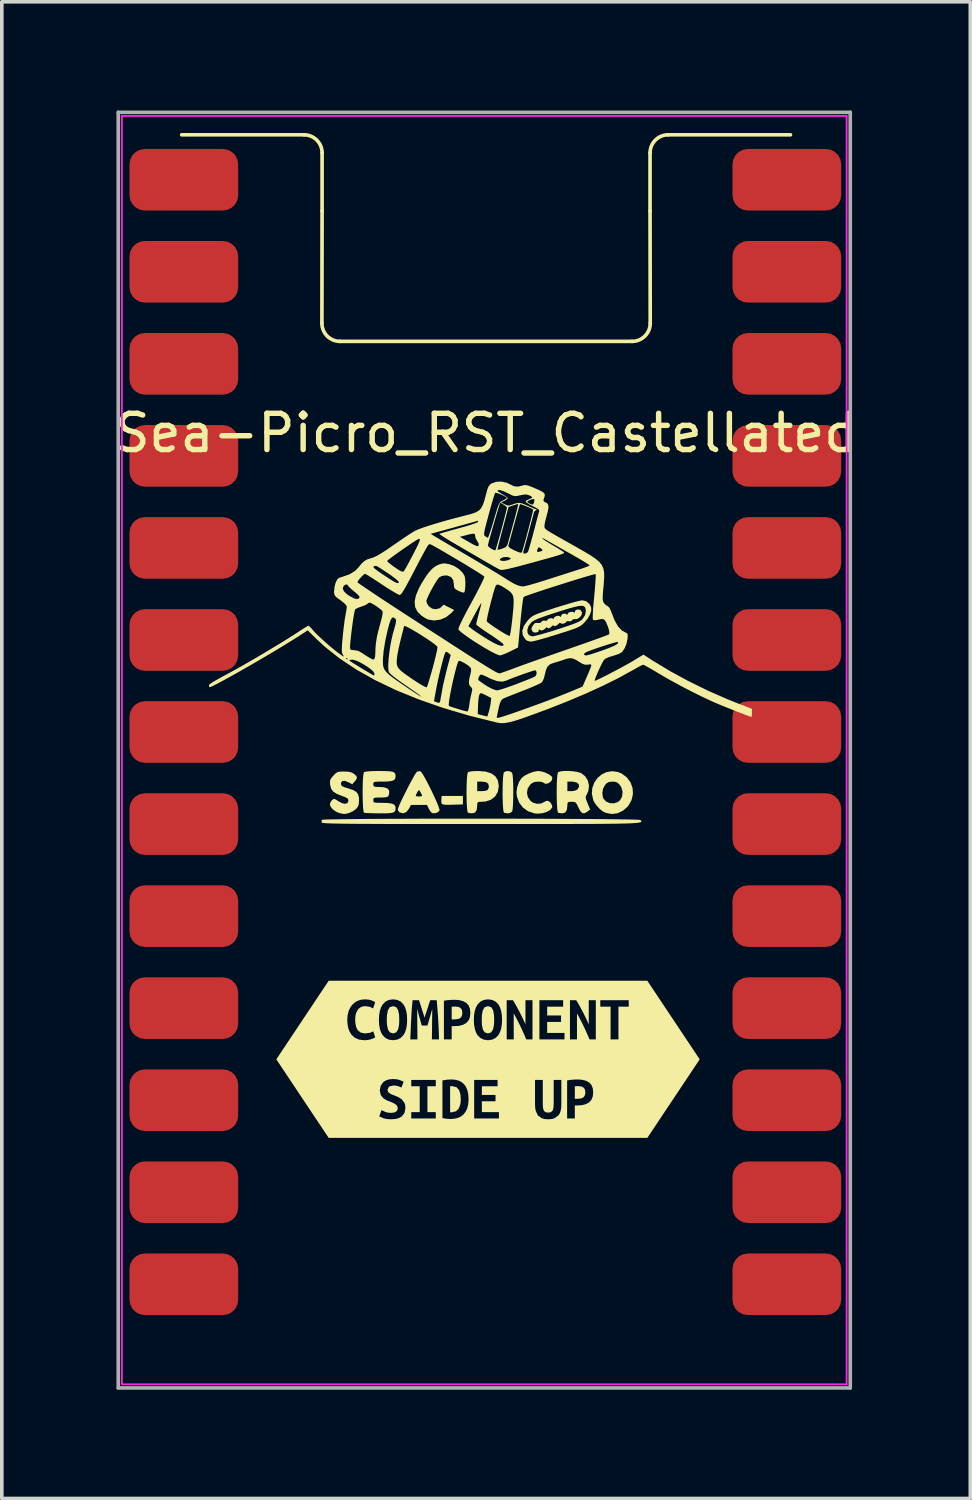
<source format=kicad_pcb>
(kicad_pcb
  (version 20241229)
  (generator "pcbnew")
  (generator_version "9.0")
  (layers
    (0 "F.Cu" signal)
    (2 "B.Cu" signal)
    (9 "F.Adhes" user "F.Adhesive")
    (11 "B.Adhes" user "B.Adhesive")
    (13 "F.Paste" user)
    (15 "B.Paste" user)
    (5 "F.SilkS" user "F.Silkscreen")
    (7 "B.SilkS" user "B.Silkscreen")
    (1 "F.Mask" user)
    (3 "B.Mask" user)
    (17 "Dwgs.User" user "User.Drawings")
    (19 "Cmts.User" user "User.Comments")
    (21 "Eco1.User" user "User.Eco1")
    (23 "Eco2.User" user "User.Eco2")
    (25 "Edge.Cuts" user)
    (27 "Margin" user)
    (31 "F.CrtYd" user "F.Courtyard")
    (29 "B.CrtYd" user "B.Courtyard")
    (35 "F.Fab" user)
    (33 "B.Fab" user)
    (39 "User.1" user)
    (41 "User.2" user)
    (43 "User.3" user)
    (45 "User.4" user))
  (footprint "Sea-Picro_RST_Castellated"
    (layer "F.Cu")
    (at 10.313 17.15)
    (property "Reference" "Sea-Picro_RST_Castellated" (at 0.05 -8.25 0) (unlocked yes) (layer "F.SilkS") (effects (font (size 1 1) (thickness 0.15))))
    (attr smd exclude_from_pos_files)
    (fp_line (start -4.975 -16.48) (end -8.35 -16.48) (stroke (width 0.1) (type solid)) (layer "F.SilkS"))
    (fp_line (start -4.475 -14.38) (end -4.48 -11.28) (stroke (width 0.1) (type solid)) (layer "F.SilkS"))
    (fp_line (start -4.475 -14.38) (end -4.475 -15.98) (stroke (width 0.1) (type solid)) (layer "F.SilkS"))
    (fp_line (start -3.98 -10.78) (end 4.08 -10.78) (stroke (width 0.1) (type solid)) (layer "F.SilkS"))
    (fp_line (start 4.575 -14.38) (end 4.575 -15.98) (stroke (width 0.1) (type solid)) (layer "F.SilkS"))
    (fp_line (start 4.575 -14.38) (end 4.58 -11.28) (stroke (width 0.1) (type solid)) (layer "F.SilkS"))
    (fp_line (start 5.075 -16.48) (end 8.45 -16.48) (stroke (width 0.1) (type solid)) (layer "F.SilkS"))
    (fp_arc (start -4.97451 -16.48) (mid -4.620957 -16.333553) (end -4.47451 -15.98) (stroke (width 0.1) (type solid)) (layer "F.SilkS"))
    (fp_arc (start -3.98 -10.77951) (mid -4.333553 -10.925957) (end -4.48 -11.27951) (stroke (width 0.1) (type solid)) (layer "F.SilkS"))
    (fp_arc (start 4.57549 -15.98) (mid 4.721931 -16.333559) (end 5.07549 -16.48) (stroke (width 0.1) (type solid)) (layer "F.SilkS"))
    (fp_arc (start 4.58 -11.27951) (mid 4.433553 -10.925957) (end 4.08 -10.77951) (stroke (width 0.1) (type solid)) (layer "F.SilkS"))
    (fp_poly (pts (xy -0.589 1.998) (xy -0.874 2.006) (xy -1.012 2.009) (xy -1.101 2.005) (xy -1.152 1.995) (xy -1.175 1.976) (xy -1.177 1.972) (xy -1.186 1.913) (xy -1.183 1.847) (xy -1.174 1.764) (xy -0.589 1.764)) (stroke (width 0) (type solid)) (fill yes) (layer "F.SilkS"))
    (fp_poly (pts (xy -0.792 7.576) (xy -0.845 7.577) (xy -0.899 7.581) (xy -0.899 7.93) (xy -0.811 7.93) (xy -0.721 7.92) (xy -0.656 7.889) (xy -0.617 7.834) (xy -0.604 7.749) (xy -0.616 7.668) (xy -0.655 7.615) (xy -0.715 7.586) (xy -0.792 7.576)) (stroke (width 0) (type solid)) (fill yes) (layer "F.SilkS"))
    (fp_poly (pts (xy 2.604 9.772) (xy 2.551 9.773) (xy 2.499 9.777) (xy 2.499 10.121) (xy 2.585 10.121) (xy 2.674 10.111) (xy 2.738 10.081) (xy 2.777 10.026) (xy 2.79 9.942) (xy 2.777 9.863) (xy 2.739 9.811) (xy 2.68 9.782) (xy 2.604 9.772)) (stroke (width 0) (type solid)) (fill yes) (layer "F.SilkS"))
    (fp_poly (pts (xy -0.942 10.493) (xy -0.923 10.495) (xy -0.904 10.495) (xy -0.783 10.467) (xy -0.704 10.391) (xy -0.661 10.277) (xy -0.651 10.208) (xy -0.648 10.132) (xy -0.658 9.997) (xy -0.694 9.882) (xy -0.765 9.802) (xy -0.88 9.772) (xy -0.911 9.773) (xy -0.942 9.777) (xy -0.942 10.493)) (stroke (width 0) (type solid)) (fill yes) (layer "F.SilkS"))
    (fp_poly (pts (xy -2.689 7.941) (xy -2.687 8.017) (xy -2.682 8.088) (xy -2.658 8.208) (xy -2.606 8.288) (xy -2.517 8.318) (xy -2.429 8.288) (xy -2.377 8.207) (xy -2.352 8.088) (xy -2.348 8.017) (xy -2.346 7.941) (xy -2.348 7.865) (xy -2.352 7.793) (xy -2.377 7.674) (xy -2.428 7.593) (xy -2.517 7.564) (xy -2.606 7.593) (xy -2.658 7.675) (xy -2.682 7.794) (xy -2.687 7.865) (xy -2.689 7.941)) (stroke (width 0) (type solid)) (fill yes) (layer "F.SilkS"))
    (fp_poly (pts (xy -0.069 7.941) (xy -0.068 8.017) (xy -0.063 8.088) (xy -0.039 8.208) (xy 0.013 8.288) (xy 0.102 8.318) (xy 0.19 8.288) (xy 0.243 8.207) (xy 0.267 8.088) (xy 0.272 8.017) (xy 0.273 7.941) (xy 0.272 7.865) (xy 0.267 7.793) (xy 0.243 7.674) (xy 0.191 7.593) (xy 0.102 7.564) (xy 0.013 7.593) (xy -0.039 7.675) (xy -0.063 7.794) (xy -0.068 7.865) (xy -0.069 7.941)) (stroke (width 0) (type solid)) (fill yes) (layer "F.SilkS"))
    (fp_poly (pts (xy 0.688 1.08) (xy 0.754 1.111) (xy 0.771 1.133) (xy 0.782 1.182) (xy 0.791 1.28) (xy 0.798 1.415) (xy 0.801 1.578) (xy 0.801 1.661) (xy 0.8 1.834) (xy 0.794 1.984) (xy 0.786 2.101) (xy 0.776 2.174) (xy 0.771 2.19) (xy 0.719 2.232) (xy 0.637 2.245) (xy 0.546 2.227) (xy 0.545 2.227) (xy 0.532 2.194) (xy 0.521 2.113) (xy 0.513 1.997) (xy 0.508 1.855) (xy 0.506 1.701) (xy 0.507 1.543) (xy 0.511 1.395) (xy 0.518 1.267) (xy 0.528 1.171) (xy 0.54 1.117) (xy 0.544 1.111) (xy 0.609 1.08)) (stroke (width 0) (type solid)) (fill yes) (layer "F.SilkS"))
    (fp_poly (pts (xy 1.589 1.09) (xy 1.694 1.124) (xy 1.789 1.171) (xy 1.857 1.223) (xy 1.879 1.261) (xy 1.868 1.325) (xy 1.822 1.381) (xy 1.757 1.419) (xy 1.691 1.43) (xy 1.64 1.405) (xy 1.635 1.398) (xy 1.598 1.38) (xy 1.523 1.37) (xy 1.485 1.369) (xy 1.386 1.378) (xy 1.314 1.413) (xy 1.267 1.454) (xy 1.199 1.56) (xy 1.178 1.679) (xy 1.204 1.797) (xy 1.274 1.898) (xy 1.348 1.951) (xy 1.453 1.98) (xy 1.562 1.974) (xy 1.637 1.94) (xy 1.702 1.906) (xy 1.744 1.896) (xy 1.798 1.92) (xy 1.847 1.977) (xy 1.876 2.044) (xy 1.874 2.084) (xy 1.82 2.151) (xy 1.724 2.205) (xy 1.603 2.241) (xy 1.471 2.253) (xy 1.387 2.246) (xy 1.212 2.188) (xy 1.068 2.086) (xy 0.962 1.947) (xy 0.901 1.782) (xy 0.889 1.661) (xy 0.909 1.52) (xy 0.96 1.379) (xy 1.029 1.271) (xy 1.109 1.207) (xy 1.225 1.147) (xy 1.351 1.101) (xy 1.467 1.078) (xy 1.49 1.076)) (stroke (width 0) (type solid)) (fill yes) (layer "F.SilkS"))
    (fp_poly (pts (xy 3.689 1.103) (xy 3.789 1.144) (xy 3.934 1.251) (xy 4.036 1.389) (xy 4.093 1.547) (xy 4.103 1.714) (xy 4.064 1.881) (xy 3.975 2.036) (xy 3.954 2.061) (xy 3.825 2.173) (xy 3.68 2.242) (xy 3.531 2.262) (xy 3.479 2.256) (xy 3.401 2.24) (xy 3.354 2.23) (xy 3.27 2.19) (xy 3.176 2.113) (xy 3.088 2.015) (xy 3.022 1.911) (xy 3.008 1.879) (xy 2.97 1.709) (xy 2.971 1.69) (xy 3.258 1.69) (xy 3.276 1.809) (xy 3.289 1.838) (xy 3.363 1.919) (xy 3.465 1.963) (xy 3.578 1.968) (xy 3.685 1.933) (xy 3.75 1.88) (xy 3.805 1.775) (xy 3.817 1.651) (xy 3.784 1.529) (xy 3.74 1.459) (xy 3.677 1.398) (xy 3.609 1.373) (xy 3.537 1.369) (xy 3.446 1.377) (xy 3.382 1.41) (xy 3.335 1.459) (xy 3.278 1.565) (xy 3.258 1.69) (xy 2.971 1.69) (xy 2.981 1.547) (xy 3.035 1.398) (xy 3.123 1.271) (xy 3.24 1.171) (xy 3.378 1.105) (xy 3.53 1.081)) (stroke (width 0) (type solid)) (fill yes) (layer "F.SilkS"))
    (fp_poly (pts (xy 0.036 1.092) (xy 0.196 1.142) (xy 0.31 1.225) (xy 0.378 1.342) (xy 0.401 1.495) (xy 0.401 1.501) (xy 0.375 1.652) (xy 0.301 1.776) (xy 0.187 1.867) (xy 0.038 1.917) (xy -0.061 1.925) (xy -0.142 1.927) (xy -0.181 1.941) (xy -0.193 1.981) (xy -0.194 2.029) (xy -0.208 2.15) (xy -0.253 2.221) (xy -0.328 2.244) (xy -0.334 2.244) (xy -0.407 2.237) (xy -0.45 2.227) (xy -0.463 2.194) (xy -0.474 2.113) (xy -0.482 1.997) (xy -0.487 1.855) (xy -0.489 1.701) (xy -0.488 1.632) (xy -0.194 1.632) (xy -0.068 1.632) (xy 0.019 1.624) (xy 0.082 1.605) (xy 0.093 1.597) (xy 0.123 1.54) (xy 0.128 1.501) (xy 0.109 1.426) (xy 0.047 1.383) (xy -0.062 1.369) (xy -0.068 1.369) (xy -0.194 1.369) (xy -0.194 1.632) (xy -0.488 1.632) (xy -0.488 1.543) (xy -0.484 1.395) (xy -0.477 1.267) (xy -0.467 1.171) (xy -0.455 1.117) (xy -0.451 1.111) (xy -0.401 1.092) (xy -0.303 1.08) (xy -0.172 1.076)) (stroke (width 0) (type solid)) (fill yes) (layer "F.SilkS"))
    (fp_poly (pts (xy -1.752 1.092) (xy -1.719 1.129) (xy -1.67 1.21) (xy -1.607 1.322) (xy -1.537 1.457) (xy -1.464 1.603) (xy -1.394 1.751) (xy -1.33 1.891) (xy -1.279 2.012) (xy -1.245 2.105) (xy -1.233 2.158) (xy -1.234 2.163) (xy -1.276 2.212) (xy -1.349 2.241) (xy -1.426 2.24) (xy -1.437 2.236) (xy -1.478 2.2) (xy -1.522 2.133) (xy -1.53 2.116) (xy -1.58 2.013) (xy -2.022 2.013) (xy -2.081 2.122) (xy -2.151 2.209) (xy -2.235 2.243) (xy -2.328 2.221) (xy -2.337 2.216) (xy -2.379 2.168) (xy -2.386 2.136) (xy -2.372 2.088) (xy -2.336 2) (xy -2.282 1.883) (xy -2.225 1.765) (xy -1.891 1.765) (xy -1.865 1.775) (xy -1.804 1.779) (xy -1.803 1.779) (xy -1.741 1.775) (xy -1.715 1.765) (xy -1.715 1.765) (xy -1.728 1.723) (xy -1.756 1.665) (xy -1.786 1.618) (xy -1.803 1.603) (xy -1.826 1.626) (xy -1.857 1.678) (xy -1.883 1.734) (xy -1.891 1.765) (xy -2.225 1.765) (xy -2.215 1.746) (xy -2.142 1.6) (xy -2.068 1.455) (xy -1.996 1.322) (xy -1.934 1.21) (xy -1.885 1.13) (xy -1.855 1.093) (xy -1.854 1.092) (xy -1.784 1.079)) (stroke (width 0) (type solid)) (fill yes) (layer "F.SilkS"))
    (fp_poly (pts (xy 2.437 1.082) (xy 2.557 1.099) (xy 2.653 1.125) (xy 2.675 1.135) (xy 2.786 1.222) (xy 2.859 1.342) (xy 2.89 1.48) (xy 2.874 1.621) (xy 2.836 1.711) (xy 2.808 1.763) (xy 2.799 1.806) (xy 2.81 1.86) (xy 2.843 1.945) (xy 2.852 1.968) (xy 2.922 2.136) (xy 2.853 2.191) (xy 2.775 2.24) (xy 2.712 2.241) (xy 2.656 2.191) (xy 2.6 2.086) (xy 2.558 1.996) (xy 2.524 1.948) (xy 2.483 1.929) (xy 2.42 1.925) (xy 2.411 1.925) (xy 2.336 1.928) (xy 2.303 1.947) (xy 2.294 1.997) (xy 2.294 2.029) (xy 2.279 2.15) (xy 2.234 2.221) (xy 2.159 2.244) (xy 2.154 2.244) (xy 2.081 2.237) (xy 2.038 2.227) (xy 2.024 2.194) (xy 2.014 2.113) (xy 2.006 1.997) (xy 2.001 1.855) (xy 1.999 1.701) (xy 1.999 1.632) (xy 2.294 1.632) (xy 2.409 1.632) (xy 2.499 1.62) (xy 2.565 1.59) (xy 2.57 1.586) (xy 2.616 1.512) (xy 2.61 1.447) (xy 2.556 1.397) (xy 2.461 1.371) (xy 2.42 1.369) (xy 2.294 1.369) (xy 2.294 1.632) (xy 1.999 1.632) (xy 2 1.543) (xy 2.003 1.395) (xy 2.01 1.267) (xy 2.02 1.171) (xy 2.033 1.117) (xy 2.036 1.111) (xy 2.091 1.088) (xy 2.187 1.076) (xy 2.308 1.074)) (stroke (width 0) (type solid)) (fill yes) (layer "F.SilkS"))
    (fp_poly (pts (xy -0.993 -4.638) (xy -0.972 -4.633) (xy -0.827 -4.58) (xy -0.694 -4.494) (xy -0.591 -4.388) (xy -0.545 -4.309) (xy -0.529 -4.239) (xy -0.521 -4.14) (xy -0.522 -4.032) (xy -0.53 -3.934) (xy -0.545 -3.866) (xy -0.554 -3.85) (xy -0.59 -3.849) (xy -0.659 -3.872) (xy -0.706 -3.893) (xy -0.785 -3.935) (xy -0.824 -3.973) (xy -0.836 -4.028) (xy -0.837 -4.07) (xy -0.858 -4.195) (xy -0.919 -4.278) (xy -1.018 -4.318) (xy -1.066 -4.321) (xy -1.17 -4.306) (xy -1.24 -4.27) (xy -1.284 -4.218) (xy -1.342 -4.129) (xy -1.407 -4.018) (xy -1.473 -3.899) (xy -1.531 -3.784) (xy -1.575 -3.687) (xy -1.597 -3.623) (xy -1.598 -3.613) (xy -1.58 -3.549) (xy -1.535 -3.477) (xy -1.529 -3.47) (xy -1.44 -3.406) (xy -1.334 -3.387) (xy -1.232 -3.415) (xy -1.183 -3.452) (xy -1.121 -3.514) (xy -0.831 -3.367) (xy -0.914 -3.279) (xy -1.053 -3.169) (xy -1.214 -3.101) (xy -1.383 -3.077) (xy -1.545 -3.103) (xy -1.568 -3.112) (xy -1.639 -3.149) (xy -1.722 -3.203) (xy -1.736 -3.214) (xy -1.846 -3.324) (xy -1.908 -3.45) (xy -1.921 -3.598) (xy -1.886 -3.769) (xy -1.802 -3.968) (xy -1.745 -4.074) (xy -1.629 -4.264) (xy -1.528 -4.407) (xy -1.432 -4.51) (xy -1.337 -4.581) (xy -1.259 -4.618) (xy -1.169 -4.647) (xy -1.09 -4.653)) (stroke (width 0) (type solid)) (fill yes) (layer "F.SilkS"))
    (fp_poly (pts (xy -3.747 1.096) (xy -3.663 1.116) (xy -3.599 1.151) (xy -3.531 1.211) (xy -3.512 1.262) (xy -3.54 1.321) (xy -3.57 1.358) (xy -3.642 1.442) (xy -3.743 1.388) (xy -3.845 1.348) (xy -3.915 1.351) (xy -3.951 1.397) (xy -3.954 1.426) (xy -3.947 1.466) (xy -3.919 1.496) (xy -3.857 1.524) (xy -3.764 1.552) (xy -3.624 1.6) (xy -3.533 1.651) (xy -3.482 1.717) (xy -3.459 1.807) (xy -3.456 1.881) (xy -3.461 1.982) (xy -3.481 2.049) (xy -3.525 2.108) (xy -3.544 2.128) (xy -3.623 2.185) (xy -3.725 2.232) (xy -3.825 2.259) (xy -3.895 2.259) (xy -3.944 2.248) (xy -4.003 2.235) (xy -4.091 2.198) (xy -4.175 2.137) (xy -4.237 2.065) (xy -4.261 2) (xy -4.24 1.93) (xy -4.203 1.881) (xy -4.165 1.852) (xy -4.13 1.848) (xy -4.08 1.874) (xy -4.03 1.908) (xy -3.928 1.963) (xy -3.84 1.981) (xy -3.778 1.963) (xy -3.75 1.909) (xy -3.749 1.897) (xy -3.756 1.855) (xy -3.786 1.823) (xy -3.851 1.792) (xy -3.935 1.761) (xy -4.076 1.704) (xy -4.169 1.643) (xy -4.224 1.568) (xy -4.25 1.469) (xy -4.253 1.449) (xy -4.258 1.365) (xy -4.243 1.305) (xy -4.198 1.242) (xy -4.164 1.204) (xy -4.105 1.143) (xy -4.054 1.109) (xy -3.992 1.094) (xy -3.897 1.091) (xy -3.87 1.091)) (stroke (width 0) (type solid)) (fill yes) (layer "F.SilkS"))
    (fp_poly (pts (xy -2.728 1.078) (xy -2.605 1.084) (xy -2.524 1.098) (xy -2.477 1.122) (xy -2.454 1.16) (xy -2.447 1.214) (xy -2.447 1.227) (xy -2.458 1.288) (xy -2.495 1.329) (xy -2.569 1.354) (xy -2.685 1.366) (xy -2.811 1.369) (xy -2.932 1.369) (xy -3.006 1.374) (xy -3.044 1.385) (xy -3.059 1.406) (xy -3.061 1.441) (xy -3.061 1.442) (xy -3.056 1.486) (xy -3.032 1.507) (xy -2.973 1.515) (xy -2.917 1.515) (xy -2.769 1.525) (xy -2.673 1.557) (xy -2.627 1.61) (xy -2.622 1.644) (xy -2.628 1.725) (xy -2.651 1.774) (xy -2.704 1.799) (xy -2.799 1.807) (xy -2.86 1.808) (xy -2.966 1.809) (xy -3.026 1.815) (xy -3.053 1.832) (xy -3.061 1.863) (xy -3.061 1.881) (xy -3.059 1.917) (xy -3.043 1.939) (xy -3.003 1.95) (xy -2.925 1.954) (xy -2.829 1.954) (xy -2.667 1.959) (xy -2.555 1.974) (xy -2.486 2.003) (xy -2.453 2.049) (xy -2.447 2.094) (xy -2.451 2.152) (xy -2.47 2.193) (xy -2.511 2.221) (xy -2.584 2.236) (xy -2.696 2.243) (xy -2.857 2.245) (xy -2.899 2.244) (xy -3.045 2.242) (xy -3.171 2.239) (xy -3.265 2.234) (xy -3.314 2.228) (xy -3.317 2.227) (xy -3.331 2.194) (xy -3.342 2.113) (xy -3.349 1.997) (xy -3.354 1.855) (xy -3.356 1.701) (xy -3.355 1.543) (xy -3.352 1.395) (xy -3.345 1.267) (xy -3.335 1.171) (xy -3.322 1.117) (xy -3.319 1.111) (xy -3.272 1.094) (xy -3.171 1.083) (xy -3.015 1.077) (xy -2.9 1.076)) (stroke (width 0) (type solid)) (fill yes) (layer "F.SilkS"))
    (fp_poly (pts (xy -0.058 2.391) (xy 0.381 2.391) (xy 0.816 2.392) (xy 1.242 2.393) (xy 1.657 2.394) (xy 2.056 2.396) (xy 2.435 2.398) (xy 2.79 2.4) (xy 3.118 2.402) (xy 3.414 2.405) (xy 3.674 2.408) (xy 3.895 2.412) (xy 4.073 2.415) (xy 4.203 2.419) (xy 4.282 2.424) (xy 4.306 2.427) (xy 4.321 2.442) (xy 4.332 2.456) (xy 4.337 2.468) (xy 4.332 2.479) (xy 4.316 2.489) (xy 4.286 2.497) (xy 4.238 2.505) (xy 4.171 2.512) (xy 4.082 2.517) (xy 3.968 2.522) (xy 3.826 2.526) (xy 3.654 2.53) (xy 3.45 2.532) (xy 3.209 2.535) (xy 2.931 2.536) (xy 2.611 2.537) (xy 2.248 2.538) (xy 1.839 2.539) (xy 1.381 2.539) (xy 0.872 2.539) (xy 0.309 2.539) (xy -0.096 2.539) (xy -0.694 2.539) (xy -1.236 2.539) (xy -1.725 2.539) (xy -2.164 2.538) (xy -2.555 2.538) (xy -2.9 2.537) (xy -3.203 2.535) (xy -3.466 2.534) (xy -3.691 2.532) (xy -3.882 2.53) (xy -4.041 2.527) (xy -4.171 2.525) (xy -4.274 2.521) (xy -4.354 2.518) (xy -4.411 2.513) (xy -4.451 2.509) (xy -4.474 2.504) (xy -4.484 2.498) (xy -4.484 2.497) (xy -4.488 2.441) (xy -4.481 2.424) (xy -4.45 2.419) (xy -4.364 2.415) (xy -4.227 2.411) (xy -4.043 2.408) (xy -3.817 2.405) (xy -3.552 2.402) (xy -3.251 2.399) (xy -2.92 2.397) (xy -2.561 2.395) (xy -2.179 2.394) (xy -1.778 2.392) (xy -1.362 2.392) (xy -0.934 2.391) (xy -0.498 2.391)) (stroke (width 0) (type solid)) (fill yes) (layer "F.SilkS"))
    (fp_poly (pts (xy 2.638 -3.374) (xy 2.663 -3.357) (xy 2.7 -3.294) (xy 2.683 -3.224) (xy 2.641 -3.17) (xy 2.564 -3.118) (xy 2.511 -3.116) (xy 2.448 -3.11) (xy 2.427 -3.086) (xy 2.386 -3.055) (xy 2.337 -3.057) (xy 2.283 -3.059) (xy 2.265 -3.045) (xy 2.24 -3.012) (xy 2.187 -2.991) (xy 2.133 -2.989) (xy 2.112 -3.002) (xy 2.083 -3.014) (xy 2.054 -2.988) (xy 2.004 -2.944) (xy 1.953 -2.921) (xy 1.918 -2.925) (xy 1.913 -2.939) (xy 1.9 -2.949) (xy 1.877 -2.928) (xy 1.827 -2.883) (xy 1.775 -2.862) (xy 1.741 -2.869) (xy 1.737 -2.882) (xy 1.724 -2.896) (xy 1.7 -2.872) (xy 1.641 -2.821) (xy 1.578 -2.801) (xy 1.532 -2.817) (xy 1.528 -2.822) (xy 1.509 -2.839) (xy 1.504 -2.808) (xy 1.491 -2.765) (xy 1.477 -2.757) (xy 1.426 -2.748) (xy 1.411 -2.744) (xy 1.361 -2.751) (xy 1.335 -2.772) (xy 1.303 -2.826) (xy 1.311 -2.884) (xy 1.348 -2.951) (xy 1.397 -3.004) (xy 1.458 -3.013) (xy 1.477 -3.01) (xy 1.545 -3.01) (xy 1.575 -3.04) (xy 1.615 -3.073) (xy 1.665 -3.072) (xy 1.719 -3.07) (xy 1.738 -3.084) (xy 1.762 -3.117) (xy 1.816 -3.138) (xy 1.87 -3.14) (xy 1.891 -3.127) (xy 1.91 -3.112) (xy 1.913 -3.131) (xy 1.938 -3.171) (xy 1.993 -3.2) (xy 2.054 -3.209) (xy 2.093 -3.19) (xy 2.113 -3.171) (xy 2.118 -3.2) (xy 2.142 -3.243) (xy 2.195 -3.267) (xy 2.25 -3.263) (xy 2.27 -3.246) (xy 2.29 -3.227) (xy 2.293 -3.248) (xy 2.319 -3.289) (xy 2.375 -3.315) (xy 2.436 -3.318) (xy 2.462 -3.306) (xy 2.493 -3.295) (xy 2.499 -3.321) (xy 2.522 -3.363) (xy 2.577 -3.383)) (stroke (width 0) (type solid)) (fill yes) (layer "F.SilkS"))
    (fp_poly (pts (xy 2.816 -3.608) (xy 2.903 -3.533) (xy 2.948 -3.449) (xy 2.953 -3.357) (xy 2.918 -3.244) (xy 2.85 -3.124) (xy 2.763 -3.021) (xy 2.717 -2.977) (xy 2.673 -2.941) (xy 2.621 -2.909) (xy 2.553 -2.876) (xy 2.461 -2.841) (xy 2.337 -2.798) (xy 2.172 -2.745) (xy 2.001 -2.691) (xy 1.814 -2.633) (xy 1.641 -2.582) (xy 1.491 -2.54) (xy 1.374 -2.51) (xy 1.299 -2.495) (xy 1.282 -2.493) (xy 1.182 -2.52) (xy 1.132 -2.56) (xy 1.062 -2.673) (xy 1.05 -2.796) (xy 1.061 -2.828) (xy 1.19 -2.828) (xy 1.193 -2.741) (xy 1.232 -2.675) (xy 1.305 -2.642) (xy 1.33 -2.64) (xy 1.385 -2.649) (xy 1.485 -2.674) (xy 1.621 -2.711) (xy 1.784 -2.759) (xy 1.964 -2.815) (xy 2.025 -2.834) (xy 2.237 -2.904) (xy 2.399 -2.959) (xy 2.52 -3.005) (xy 2.606 -3.043) (xy 2.665 -3.077) (xy 2.704 -3.109) (xy 2.707 -3.112) (xy 2.781 -3.224) (xy 2.804 -3.342) (xy 2.789 -3.421) (xy 2.769 -3.456) (xy 2.735 -3.477) (xy 2.682 -3.484) (xy 2.602 -3.476) (xy 2.491 -3.451) (xy 2.341 -3.41) (xy 2.147 -3.351) (xy 1.976 -3.296) (xy 1.76 -3.226) (xy 1.594 -3.168) (xy 1.471 -3.121) (xy 1.383 -3.081) (xy 1.324 -3.046) (xy 1.296 -3.022) (xy 1.224 -2.926) (xy 1.19 -2.828) (xy 1.061 -2.828) (xy 1.095 -2.931) (xy 1.198 -3.076) (xy 1.219 -3.099) (xy 1.259 -3.141) (xy 1.299 -3.175) (xy 1.348 -3.207) (xy 1.412 -3.239) (xy 1.501 -3.274) (xy 1.623 -3.317) (xy 1.784 -3.37) (xy 1.971 -3.431) (xy 2.159 -3.49) (xy 2.335 -3.542) (xy 2.488 -3.586) (xy 2.609 -3.617) (xy 2.688 -3.633) (xy 2.708 -3.635)) (stroke (width 0) (type solid)) (fill yes) (layer "F.SilkS"))
    (fp_poly (pts (xy -3.78 6.864) (xy -3.641 7.524) (xy -3.57 7.461) (xy -3.486 7.414) (xy -3.392 7.386) (xy -3.289 7.377) (xy -3.185 7.386) (xy -3.104 7.408) (xy -3.046 7.434) (xy -3.01 7.455) (xy -3.066 7.627) (xy -3.163 7.582) (xy -3.293 7.564) (xy -3.391 7.582) (xy -3.477 7.643) (xy -3.538 7.757) (xy -3.556 7.838) (xy -3.562 7.936) (xy -3.555 8.049) (xy -3.533 8.144) (xy -2.907 7.941) (xy -2.9 7.81) (xy -2.881 7.696) (xy -2.849 7.599) (xy -2.804 7.519) (xy -2.726 7.44) (xy -2.631 7.393) (xy -2.517 7.377) (xy -2.401 7.393) (xy -2.304 7.44) (xy -2.228 7.519) (xy -2.184 7.599) (xy -2.153 7.696) (xy -2.134 7.81) (xy -2 7.647) (xy -1.989 7.52) (xy -1.978 7.401) (xy -1.8 7.401) (xy -1.769 7.496) (xy -1.73 7.62) (xy -1.688 7.754) (xy -1.648 7.88) (xy -1.604 7.746) (xy -1.56 7.613) (xy -1.522 7.494) (xy -1.491 7.401) (xy -1.312 7.401) (xy -1.3 7.541) (xy -1.289 7.677) (xy -1.278 7.811) (xy -1.113 8.482) (xy -1.113 7.415) (xy -1.043 7.403) (xy -0.963 7.395) (xy -0.885 7.391) (xy -0.817 7.389) (xy -0.689 7.398) (xy -0.583 7.427) (xy -0.497 7.474) (xy -0.434 7.542) (xy -0.396 7.634) (xy -0.383 7.751) (xy -0.396 7.868) (xy -0.434 7.961) (xy -0.287 7.941) (xy -0.281 7.81) (xy -0.262 7.696) (xy -0.229 7.599) (xy -0.184 7.519) (xy -0.107 7.44) (xy -0.011 7.393) (xy 0.102 7.377) (xy 0.219 7.393) (xy 0.315 7.44) (xy 0.392 7.519) (xy 0.435 7.599) (xy 0.466 7.696) (xy 0.485 7.81) (xy 0.491 7.941) (xy 0.485 8.072) (xy 0.466 8.186) (xy 0.434 8.283) (xy 0.39 8.363) (xy 0.313 8.442) (xy 0.218 8.489) (xy 0.104 8.505) (xy -0.013 8.489) (xy -0.11 8.442) (xy -0.187 8.363) (xy -0.231 8.283) (xy -0.262 8.186) (xy -0.281 8.072) (xy -0.287 7.941) (xy -0.434 7.961) (xy -0.498 8.031) (xy -0.585 8.079) (xy -0.693 8.108) (xy -0.822 8.117) (xy -0.899 8.117) (xy -0.899 8.482) (xy -1.113 8.482) (xy -1.278 7.811) (xy -1.27 7.943) (xy -1.263 8.076) (xy -1.257 8.209) (xy -1.252 8.344) (xy -1.248 8.482) (xy -1.445 8.482) (xy -1.435 7.642) (xy -1.567 8.1) (xy -1.725 8.1) (xy -1.852 7.642) (xy -1.843 8.482) (xy -2.041 8.482) (xy -2.035 8.347) (xy -2.029 8.206) (xy -2.023 8.064) (xy -2.016 7.922) (xy -2.009 7.782) (xy -2 7.647) (xy -2.134 7.81) (xy -2.128 7.941) (xy -2.134 8.072) (xy -2.153 8.186) (xy -2.185 8.283) (xy -2.229 8.363) (xy -2.306 8.442) (xy -2.402 8.489) (xy -2.516 8.505) (xy -2.633 8.489) (xy -2.729 8.442) (xy -2.806 8.363) (xy -2.85 8.283) (xy -2.882 8.186) (xy -2.901 8.072) (xy -2.907 7.941) (xy -3.533 8.144) (xy -3.498 8.219) (xy -3.414 8.293) (xy -3.289 8.318) (xy -3.15 8.299) (xy -3.062 8.26) (xy -3.008 8.43) (xy -3.131 8.481) (xy -3.215 8.499) (xy -3.31 8.505) (xy -3.451 8.489) (xy -2.883 9.894) (xy -2.858 9.761) (xy -2.785 9.66) (xy -2.712 9.613) (xy -2.623 9.585) (xy -2.518 9.576) (xy -2.426 9.582) (xy -2.347 9.598) (xy -2.224 9.648) (xy -2.286 9.812) (xy -2.381 9.77) (xy -2.502 9.753) (xy -2.629 9.784) (xy -2.671 9.875) (xy -2.654 9.93) (xy -2.61 9.971) (xy -2.55 10.003) (xy -2.483 10.028) (xy -2.379 10.071) (xy -2.28 10.133) (xy -2.205 10.229) (xy -2.183 10.294) (xy -2.175 10.374) (xy -2.2 10.507) (xy -2.014 10.665) (xy -2.014 10.49) (xy -1.781 10.49) (xy -1.781 9.776) (xy -2.014 9.776) (xy -2.014 9.6) (xy -1.338 9.6) (xy -1.338 9.776) (xy -1.154 10.653) (xy -1.154 9.614) (xy -1.018 9.593) (xy -0.899 9.588) (xy -0.798 9.596) (xy -0.707 9.619) (xy -0.627 9.659) (xy -0.56 9.716) (xy -0.506 9.791) (xy -0.466 9.885) (xy -0.441 9.998) (xy -0.433 10.132) (xy -0.442 10.269) (xy -0.47 10.384) (xy -0.514 10.478) (xy -0.572 10.553) (xy -0.644 10.61) (xy -0.728 10.649) (xy -0.823 10.671) (xy -0.926 10.679) (xy -1.037 10.673) (xy -1.154 10.653) (xy -1.338 9.776) (xy -1.568 9.776) (xy -1.568 10.49) (xy -1.338 10.49) (xy -1.338 10.665) (xy -2.014 10.665) (xy -2.2 10.507) (xy -2.273 10.606) (xy -2.349 10.651) (xy -2.447 10.678) (xy -2.568 10.687) (xy -2.687 10.68) (xy -2.779 10.659) (xy -2.898 10.607) (xy -2.836 10.434) (xy -2.725 10.486) (xy -2.654 10.504) (xy -2.568 10.51) (xy -2.479 10.499) (xy -2.423 10.468) (xy -2.395 10.423) (xy -2.387 10.373) (xy -2.406 10.314) (xy -2.454 10.268) (xy -2.52 10.232) (xy -2.592 10.202) (xy -2.692 10.163) (xy -2.785 10.106) (xy -2.855 10.021) (xy -2.883 9.894) (xy -3.451 8.489) (xy -3.567 8.44) (xy -3.659 8.358) (xy -3.712 8.277) (xy -3.75 8.181) (xy -3.772 8.068) (xy -3.78 7.941) (xy -3.771 7.814) (xy -3.743 7.702) (xy -3.699 7.605) (xy -3.641 7.524) (xy -3.78 6.864) (xy -4.293 6.864) (xy -5.738 9.032) (xy -4.293 11.2) (xy -0.278 10.665) (xy -0.278 9.6) (xy 0.367 9.6) (xy 0.367 9.776) (xy -0.066 9.776) (xy -0.066 10.015) (xy 0.311 10.015) (xy 0.311 10.19) (xy -0.066 10.19) (xy -0.066 10.49) (xy 0.405 10.49) (xy 0.405 10.665) (xy -0.278 10.665) (xy -4.293 11.2) (xy -3.78 11.2) (xy 1.761 10.687) (xy 1.666 10.68) (xy 1.588 10.659) (xy 1.477 10.577) (xy 1.419 10.448) (xy 1.406 10.368) (xy 1.401 10.28) (xy 1.401 9.6) (xy 1.615 9.6) (xy 1.615 10.266) (xy 1.622 10.379) (xy 1.645 10.452) (xy 1.69 10.491) (xy 1.764 10.503) (xy 1.838 10.491) (xy 1.885 10.451) (xy 1.909 10.377) (xy 1.916 10.264) (xy 1.916 9.6) (xy 2.127 9.6) (xy 2.127 10.28) (xy 2.123 10.368) (xy 2.11 10.448) (xy 2.086 10.518) (xy 2.05 10.577) (xy 1.936 10.659) (xy 1.857 10.68) (xy 1.761 10.687) (xy -3.78 11.2) (xy 3.987 11.2) (xy 2.994 10.06) (xy 2.956 10.152) (xy 2.894 10.22) (xy 2.808 10.268) (xy 2.702 10.296) (xy 2.575 10.305) (xy 2.499 10.305) (xy 2.499 10.665) (xy 2.287 10.665) (xy 2.287 9.614) (xy 2.357 9.602) (xy 2.435 9.594) (xy 2.513 9.59) (xy 2.58 9.588) (xy 2.705 9.597) (xy 2.81 9.625) (xy 2.895 9.671) (xy 2.957 9.739) (xy 2.994 9.83) (xy 3.007 9.944) (xy 2.994 10.06) (xy 3.987 11.2) (xy 4.5 11.2) (xy 5.945 9.032) (xy 1.158 8.482) (xy 1.108 8.362) (xy 1.055 8.243) (xy 0.999 8.123) (xy 0.94 8.004) (xy 0.878 7.884) (xy 0.813 7.764) (xy 0.813 8.482) (xy 0.619 8.482) (xy 0.619 7.401) (xy 0.792 7.401) (xy 0.841 7.481) (xy 0.89 7.568) (xy 0.938 7.658) (xy 0.985 7.747) (xy 1.029 7.835) (xy 1.07 7.92) (xy 1.107 7.998) (xy 1.137 8.067) (xy 1.137 7.401) (xy 1.331 7.401) (xy 1.522 8.482) (xy 1.522 7.401) (xy 2.177 7.401) (xy 2.177 7.579) (xy 1.736 7.579) (xy 1.736 7.822) (xy 2.119 7.822) (xy 2.119 8) (xy 1.736 8) (xy 1.736 8.304) (xy 2.215 8.304) (xy 2.215 8.482) (xy 1.522 8.482) (xy 1.331 7.401) (xy 1.331 8.482) (xy 1.158 8.482) (xy 5.945 9.032) (xy 4.5 6.864) (xy 3.078 7.401) (xy 3.078 8.482) (xy 3.486 8.482) (xy 3.486 7.579) (xy 3.202 7.579) (xy 3.202 7.401) (xy 3.987 7.401) (xy 3.987 7.579) (xy 3.703 7.579) (xy 3.703 8.482) (xy 3.486 8.482) (xy 3.078 8.482) (xy 2.905 8.482) (xy 2.854 8.362) (xy 2.801 8.243) (xy 2.745 8.123) (xy 2.686 8.004) (xy 2.624 7.884) (xy 2.559 7.764) (xy 2.559 8.482) (xy 2.365 8.482) (xy 2.365 7.401) (xy 2.538 7.401) (xy 2.587 7.481) (xy 2.636 7.568) (xy 2.684 7.658) (xy 2.731 7.747) (xy 2.775 7.835) (xy 2.817 7.92) (xy 2.853 7.998) (xy 2.884 8.067) (xy 2.884 7.401) (xy 3.078 7.401) (xy 4.5 6.864) (xy 3.987 6.864) (xy -3.78 6.864)) (stroke (width 0) (type solid)) (fill yes) (layer "F.SilkS"))
    (fp_poly (pts (xy 0.622 -6.878) (xy 0.699 -6.84) (xy 0.82 -6.782) (xy 0.932 -6.771) (xy 1.052 -6.8) (xy 1.105 -6.815) (xy 1.158 -6.814) (xy 1.226 -6.796) (xy 1.327 -6.757) (xy 1.376 -6.736) (xy 1.514 -6.676) (xy 1.604 -6.63) (xy 1.654 -6.589) (xy 1.672 -6.545) (xy 1.663 -6.488) (xy 1.635 -6.409) (xy 1.633 -6.406) (xy 1.642 -6.362) (xy 1.677 -6.343) (xy 1.734 -6.315) (xy 1.765 -6.269) (xy 1.772 -6.196) (xy 1.754 -6.087) (xy 1.717 -5.947) (xy 1.679 -5.804) (xy 1.662 -5.707) (xy 1.663 -5.647) (xy 1.67 -5.629) (xy 1.683 -5.612) (xy 1.703 -5.592) (xy 1.736 -5.568) (xy 1.787 -5.534) (xy 1.863 -5.489) (xy 1.967 -5.428) (xy 2.106 -5.349) (xy 2.285 -5.248) (xy 2.509 -5.122) (xy 2.525 -5.113) (xy 2.752 -4.984) (xy 2.933 -4.876) (xy 3.072 -4.781) (xy 3.175 -4.694) (xy 3.245 -4.607) (xy 3.287 -4.512) (xy 3.308 -4.404) (xy 3.31 -4.275) (xy 3.3 -4.118) (xy 3.291 -4.014) (xy 3.276 -3.855) (xy 3.269 -3.742) (xy 3.269 -3.666) (xy 3.276 -3.615) (xy 3.291 -3.577) (xy 3.3 -3.563) (xy 3.354 -3.504) (xy 3.403 -3.475) (xy 3.452 -3.431) (xy 3.499 -3.336) (xy 3.51 -3.305) (xy 3.597 -3.081) (xy 3.693 -2.913) (xy 3.8 -2.799) (xy 3.909 -2.741) (xy 3.945 -2.721) (xy 3.959 -2.681) (xy 3.957 -2.603) (xy 3.955 -2.586) (xy 3.928 -2.445) (xy 3.877 -2.316) (xy 3.811 -2.218) (xy 3.772 -2.184) (xy 3.708 -2.154) (xy 3.612 -2.12) (xy 3.535 -2.097) (xy 3.433 -2.065) (xy 3.351 -2.028) (xy 3.314 -2.002) (xy 3.284 -1.959) (xy 3.243 -1.882) (xy 3.194 -1.783) (xy 3.145 -1.676) (xy 3.1 -1.572) (xy 3.066 -1.485) (xy 3.048 -1.428) (xy 3.049 -1.411) (xy 3.087 -1.425) (xy 3.167 -1.462) (xy 3.279 -1.517) (xy 3.413 -1.585) (xy 3.562 -1.663) (xy 3.714 -1.743) (xy 3.861 -1.823) (xy 3.993 -1.896) (xy 4.101 -1.958) (xy 4.128 -1.975) (xy 4.393 -2.136) (xy 4.653 -1.968) (xy 5.122 -1.684) (xy 5.632 -1.407) (xy 6.167 -1.144) (xy 6.708 -0.906) (xy 6.983 -0.796) (xy 7.386 -0.64) (xy 7.386 -0.528) (xy 7.383 -0.457) (xy 7.376 -0.418) (xy 7.374 -0.416) (xy 7.338 -0.427) (xy 7.259 -0.455) (xy 7.146 -0.498) (xy 7.009 -0.55) (xy 6.86 -0.609) (xy 6.707 -0.67) (xy 6.562 -0.728) (xy 6.435 -0.781) (xy 6.336 -0.823) (xy 6.334 -0.824) (xy 6.041 -0.96) (xy 5.722 -1.117) (xy 5.397 -1.287) (xy 5.085 -1.458) (xy 4.81 -1.618) (xy 4.674 -1.7) (xy 4.554 -1.77) (xy 4.459 -1.822) (xy 4.401 -1.852) (xy 4.386 -1.857) (xy 4.35 -1.843) (xy 4.276 -1.806) (xy 4.175 -1.75) (xy 4.093 -1.704) (xy 3.714 -1.495) (xy 3.282 -1.28) (xy 2.807 -1.063) (xy 2.292 -0.845) (xy 1.747 -0.63) (xy 1.176 -0.421) (xy 1.045 -0.375) (xy 0.843 -0.309) (xy 0.682 -0.267) (xy 0.551 -0.246) (xy 0.438 -0.246) (xy 0.348 -0.261) (xy -0.244 -0.409) (xy 0.344 -0.409) (xy 0.348 -0.394) (xy 0.375 -0.391) (xy 0.433 -0.403) (xy 0.527 -0.431) (xy 0.664 -0.476) (xy 0.824 -0.531) (xy 1.023 -0.601) (xy 1.239 -0.678) (xy 1.451 -0.755) (xy 1.639 -0.824) (xy 1.711 -0.851) (xy 1.888 -0.918) (xy 2.078 -0.993) (xy 2.259 -1.065) (xy 2.408 -1.126) (xy 2.713 -1.254) (xy 2.824 -1.51) (xy 2.888 -1.658) (xy 2.929 -1.759) (xy 2.951 -1.822) (xy 2.952 -1.856) (xy 2.934 -1.867) (xy 2.898 -1.865) (xy 2.866 -1.859) (xy 2.783 -1.857) (xy 2.703 -1.885) (xy 2.644 -1.921) (xy 2.528 -1.992) (xy 2.438 -2.03) (xy 2.357 -2.038) (xy 2.265 -2.018) (xy 2.208 -1.999) (xy 2.093 -1.96) (xy 1.979 -1.925) (xy 1.925 -1.91) (xy 1.821 -1.872) (xy 1.751 -1.811) (xy 1.704 -1.716) (xy 1.675 -1.599) (xy 1.649 -1.496) (xy 1.617 -1.412) (xy 1.593 -1.374) (xy 1.551 -1.347) (xy 1.463 -1.304) (xy 1.341 -1.25) (xy 1.194 -1.189) (xy 1.063 -1.138) (xy 0.902 -1.075) (xy 0.756 -1.018) (xy 0.636 -0.969) (xy 0.551 -0.934) (xy 0.517 -0.918) (xy 0.475 -0.882) (xy 0.44 -0.816) (xy 0.409 -0.712) (xy 0.377 -0.563) (xy 0.36 -0.478) (xy 0.345 -0.412) (xy 0.344 -0.409) (xy -0.244 -0.409) (xy -0.418 -0.453) (xy -0.554 -0.493) (xy -0.179 -0.493) (xy -0.047 -0.46) (xy 0.084 -0.427) (xy 0.122 -0.546) (xy 0.151 -0.654) (xy 0.174 -0.774) (xy 0.177 -0.802) (xy 0.194 -0.938) (xy 0.045 -1.014) (xy -0.039 -1.055) (xy -0.087 -1.072) (xy -0.113 -1.064) (xy -0.133 -1.034) (xy -0.135 -1.031) (xy -0.15 -0.975) (xy -0.163 -0.879) (xy -0.171 -0.762) (xy -0.172 -0.733) (xy -0.179 -0.493) (xy -0.554 -0.493) (xy -1.137 -0.666) (xy -1.361 -0.744) (xy -0.98 -0.744) (xy -0.975 -0.72) (xy -0.943 -0.706) (xy -0.87 -0.681) (xy -0.774 -0.651) (xy -0.669 -0.619) (xy -0.572 -0.591) (xy -0.498 -0.572) (xy -0.468 -0.565) (xy -0.447 -0.591) (xy -0.427 -0.66) (xy -0.416 -0.731) (xy -0.397 -0.859) (xy -0.371 -0.993) (xy -0.357 -1.049) (xy -0.336 -1.139) (xy -0.333 -1.191) (xy -0.35 -1.225) (xy -0.373 -1.246) (xy -0.411 -1.295) (xy -0.425 -1.362) (xy -0.414 -1.459) (xy -0.168 -1.459) (xy -0.16 -1.431) (xy -0.132 -1.41) (xy -0.074 -1.368) (xy -0.047 -1.348) (xy 0.079 -1.264) (xy 0.202 -1.199) (xy 0.305 -1.158) (xy 0.356 -1.149) (xy 0.405 -1.159) (xy 0.498 -1.186) (xy 0.624 -1.228) (xy 0.773 -1.281) (xy 0.898 -1.327) (xy 1.055 -1.388) (xy 1.195 -1.443) (xy 1.307 -1.489) (xy 1.382 -1.522) (xy 1.409 -1.536) (xy 1.438 -1.586) (xy 1.445 -1.634) (xy 1.432 -1.687) (xy 1.409 -1.704) (xy 1.364 -1.694) (xy 1.278 -1.667) (xy 1.164 -1.629) (xy 1.034 -1.583) (xy 0.901 -1.535) (xy 0.779 -1.489) (xy 0.68 -1.45) (xy 0.62 -1.423) (xy 0.499 -1.389) (xy 0.355 -1.404) (xy 0.184 -1.467) (xy 0.124 -1.497) (xy 0.029 -1.543) (xy -0.049 -1.576) (xy -0.091 -1.587) (xy -0.123 -1.564) (xy -0.152 -1.513) (xy -0.168 -1.459) (xy -0.414 -1.459) (xy -0.414 -1.46) (xy -0.387 -1.577) (xy -0.365 -1.674) (xy -0.363 -1.734) (xy -0.381 -1.778) (xy -0.384 -1.782) (xy -0.427 -1.824) (xy -0.497 -1.872) (xy -0.576 -1.918) (xy -0.648 -1.953) (xy -0.696 -1.966) (xy -0.705 -1.963) (xy -0.728 -1.919) (xy -0.758 -1.829) (xy -0.792 -1.705) (xy -0.829 -1.557) (xy -0.867 -1.395) (xy -0.903 -1.23) (xy -0.934 -1.072) (xy -0.959 -0.931) (xy -0.975 -0.819) (xy -0.98 -0.744) (xy -1.361 -0.744) (xy -1.668 -0.851) (xy -1.387 -0.851) (xy -1.324 -0.826) (xy -1.263 -0.805) (xy -1.231 -0.813) (xy -1.214 -0.861) (xy -1.204 -0.921) (xy -1.14 -1.276) (xy -1.051 -1.657) (xy -1.012 -1.807) (xy -0.925 -2.128) (xy -0.989 -2.181) (xy -1.038 -2.214) (xy -1.065 -2.208) (xy -1.076 -2.191) (xy -1.097 -2.137) (xy -1.127 -2.037) (xy -1.163 -1.903) (xy -1.203 -1.746) (xy -1.243 -1.578) (xy -1.281 -1.41) (xy -1.313 -1.254) (xy -1.332 -1.157) (xy -1.387 -0.851) (xy -1.668 -0.851) (xy -1.808 -0.9) (xy -2.43 -1.153) (xy -3.002 -1.427) (xy -3.522 -1.719) (xy -3.904 -1.972) (xy -3.721 -1.972) (xy -3.717 -1.967) (xy -3.685 -1.945) (xy -3.616 -1.9) (xy -3.52 -1.841) (xy -3.41 -1.774) (xy -3.297 -1.705) (xy -3.192 -1.643) (xy -3.107 -1.593) (xy -3.053 -1.563) (xy -3.04 -1.557) (xy -3.033 -1.582) (xy -3.032 -1.616) (xy -3.057 -1.663) (xy -3.122 -1.726) (xy -3.217 -1.796) (xy -3.327 -1.866) (xy -3.44 -1.928) (xy -3.509 -1.959) (xy -2.797 -1.959) (xy -2.795 -1.868) (xy -2.783 -1.793) (xy -2.755 -1.725) (xy -2.706 -1.658) (xy -2.63 -1.584) (xy -2.521 -1.498) (xy -2.373 -1.392) (xy -2.239 -1.3) (xy -2.091 -1.2) (xy -1.959 -1.112) (xy -1.85 -1.041) (xy -1.772 -0.993) (xy -1.734 -0.973) (xy -1.732 -0.972) (xy -1.746 -0.988) (xy -1.802 -1.031) (xy -1.892 -1.096) (xy -2.01 -1.179) (xy -2.149 -1.275) (xy -2.156 -1.28) (xy -2.339 -1.407) (xy -2.48 -1.513) (xy -2.578 -1.594) (xy -2.629 -1.649) (xy -2.635 -1.659) (xy -2.648 -1.738) (xy -2.649 -1.861) (xy -2.642 -1.97) (xy -2.415 -1.97) (xy -2.415 -1.883) (xy -2.397 -1.812) (xy -2.356 -1.746) (xy -2.285 -1.677) (xy -2.178 -1.595) (xy -2.03 -1.492) (xy -1.999 -1.471) (xy -1.853 -1.374) (xy -1.733 -1.3) (xy -1.644 -1.252) (xy -1.595 -1.233) (xy -1.587 -1.235) (xy -1.571 -1.27) (xy -1.544 -1.353) (xy -1.507 -1.474) (xy -1.464 -1.622) (xy -1.419 -1.782) (xy -1.375 -1.951) (xy -1.338 -2.101) (xy -1.31 -2.224) (xy -1.294 -2.31) (xy -1.291 -2.348) (xy -1.32 -2.382) (xy -1.387 -2.436) (xy -1.482 -2.505) (xy -1.598 -2.583) (xy -1.724 -2.664) (xy -1.852 -2.744) (xy -1.973 -2.815) (xy -2.078 -2.873) (xy -2.159 -2.913) (xy -2.205 -2.927) (xy -2.213 -2.922) (xy -2.22 -2.892) (xy -2.238 -2.816) (xy -2.266 -2.706) (xy -2.299 -2.579) (xy -2.336 -2.427) (xy -2.369 -2.278) (xy -2.393 -2.151) (xy -2.404 -2.08) (xy -2.415 -1.97) (xy -2.642 -1.97) (xy -2.639 -2.018) (xy -2.619 -2.194) (xy -2.592 -2.38) (xy -2.557 -2.562) (xy -2.518 -2.728) (xy -2.506 -2.768) (xy -2.466 -2.909) (xy -2.442 -3.004) (xy -2.434 -3.065) (xy -2.438 -3.103) (xy -2.454 -3.128) (xy -2.457 -3.131) (xy -2.501 -3.162) (xy -2.54 -3.155) (xy -2.576 -3.105) (xy -2.613 -3.008) (xy -2.654 -2.859) (xy -2.663 -2.825) (xy -2.731 -2.517) (xy -2.776 -2.244) (xy -2.796 -2.015) (xy -2.797 -1.959) (xy -3.509 -1.959) (xy -3.544 -1.974) (xy -3.625 -1.996) (xy -3.639 -1.996) (xy -3.708 -1.99) (xy -3.721 -1.972) (xy -3.904 -1.972) (xy -3.989 -2.029) (xy -4.012 -2.047) (xy -3.817 -2.047) (xy -3.81 -2.03) (xy -3.781 -1.999) (xy -3.764 -2.005) (xy -3.764 -2.009) (xy -3.784 -2.034) (xy -3.797 -2.043) (xy -3.817 -2.047) (xy -4.012 -2.047) (xy -4.403 -2.357) (xy -4.632 -2.569) (xy -4.871 -2.806) (xy -5.115 -2.648) (xy -5.284 -2.541) (xy -5.478 -2.421) (xy -5.69 -2.292) (xy -5.916 -2.157) (xy -6.148 -2.02) (xy -6.381 -1.884) (xy -6.61 -1.753) (xy -6.828 -1.629) (xy -7.03 -1.516) (xy -7.209 -1.418) (xy -7.36 -1.337) (xy -7.477 -1.278) (xy -7.554 -1.244) (xy -7.582 -1.236) (xy -7.595 -1.259) (xy -7.597 -1.278) (xy -7.594 -1.295) (xy -7.583 -1.312) (xy -7.556 -1.335) (xy -7.508 -1.367) (xy -7.434 -1.411) (xy -7.326 -1.472) (xy -7.18 -1.552) (xy -6.989 -1.655) (xy -6.953 -1.675) (xy -6.768 -1.777) (xy -6.552 -1.9) (xy -6.316 -2.037) (xy -6.072 -2.181) (xy -5.83 -2.326) (xy -5.6 -2.465) (xy -5.393 -2.594) (xy -5.22 -2.704) (xy -5.135 -2.76) (xy -5.027 -2.831) (xy -4.936 -2.888) (xy -4.874 -2.924) (xy -4.852 -2.933) (xy -4.821 -2.912) (xy -4.768 -2.858) (xy -4.732 -2.815) (xy -4.66 -2.736) (xy -4.554 -2.632) (xy -4.425 -2.513) (xy -4.286 -2.391) (xy -4.149 -2.277) (xy -4.025 -2.18) (xy -3.994 -2.158) (xy -3.917 -2.104) (xy -3.88 -2.083) (xy -3.877 -2.093) (xy -3.896 -2.126) (xy -3.915 -2.161) (xy -3.927 -2.205) (xy -3.931 -2.268) (xy -3.928 -2.34) (xy -3.704 -2.34) (xy -3.699 -2.288) (xy -3.671 -2.265) (xy -3.604 -2.26) (xy -3.592 -2.26) (xy -3.469 -2.236) (xy -3.364 -2.176) (xy -3.268 -2.11) (xy -3.174 -2.053) (xy -3.098 -2.012) (xy -3.057 -1.998) (xy -3.032 -2.02) (xy -3.021 -2.043) (xy -3.011 -2.094) (xy -3.005 -2.185) (xy -3.003 -2.288) (xy -2.992 -2.439) (xy -2.963 -2.62) (xy -2.927 -2.775) (xy -2.877 -2.963) (xy -2.84 -3.103) (xy -2.817 -3.202) (xy -2.805 -3.27) (xy -2.805 -3.314) (xy -2.816 -3.344) (xy -2.837 -3.366) (xy -2.868 -3.391) (xy -2.882 -3.402) (xy -2.97 -3.468) (xy -3.063 -3.527) (xy -3.075 -3.534) (xy -3.142 -3.566) (xy -3.183 -3.568) (xy -3.217 -3.542) (xy -3.271 -3.508) (xy -3.357 -3.472) (xy -3.395 -3.46) (xy -3.482 -3.429) (xy -3.547 -3.395) (xy -3.563 -3.381) (xy -3.576 -3.342) (xy -3.593 -3.256) (xy -3.613 -3.135) (xy -3.635 -2.99) (xy -3.655 -2.834) (xy -3.674 -2.678) (xy -3.69 -2.534) (xy -3.7 -2.413) (xy -3.704 -2.34) (xy -3.928 -2.34) (xy -3.928 -2.361) (xy -3.918 -2.495) (xy -3.91 -2.588) (xy -3.893 -2.757) (xy -3.873 -2.929) (xy -3.853 -3.084) (xy -3.834 -3.196) (xy -3.814 -3.309) (xy -3.799 -3.403) (xy -3.793 -3.461) (xy -3.793 -3.465) (xy -3.815 -3.505) (xy -3.875 -3.564) (xy -3.959 -3.631) (xy -3.968 -3.637) (xy -4.059 -3.703) (xy -4.112 -3.751) (xy -4.136 -3.796) (xy -4.144 -3.853) (xy -4.144 -3.887) (xy -4.136 -3.961) (xy -3.905 -3.961) (xy -3.874 -3.884) (xy -3.789 -3.802) (xy -3.727 -3.76) (xy -3.613 -3.697) (xy -3.533 -3.669) (xy -3.478 -3.676) (xy -3.447 -3.702) (xy -3.442 -3.731) (xy -3.473 -3.775) (xy -3.544 -3.841) (xy -3.59 -3.878) (xy -3.673 -3.948) (xy -3.735 -4.007) (xy -3.763 -4.042) (xy -3.764 -4.046) (xy -3.784 -4.072) (xy -3.829 -4.067) (xy -3.877 -4.035) (xy -3.88 -4.031) (xy -3.905 -3.961) (xy -4.136 -3.961) (xy -4.132 -4.002) (xy -4.103 -4.116) (xy -4.097 -4.132) (xy -4.096 -4.134) (xy -3.5 -4.134) (xy -3.476 -4.113) (xy -3.408 -4.064) (xy -3.3 -3.99) (xy -3.156 -3.893) (xy -2.982 -3.776) (xy -2.782 -3.644) (xy -2.561 -3.499) (xy -2.322 -3.343) (xy -2.264 -3.305) (xy -1.847 -3.035) (xy -1.477 -2.794) (xy -1.149 -2.583) (xy -0.863 -2.397) (xy -0.614 -2.237) (xy -0.4 -2.1) (xy -0.219 -1.985) (xy -0.067 -1.889) (xy 0.059 -1.811) (xy 0.161 -1.749) (xy 0.241 -1.701) (xy 0.304 -1.666) (xy 0.351 -1.642) (xy 0.386 -1.627) (xy 0.411 -1.619) (xy 0.424 -1.617) (xy 0.456 -1.626) (xy 0.533 -1.653) (xy 0.645 -1.693) (xy 0.782 -1.744) (xy 0.863 -1.774) (xy 0.99 -1.821) (xy 1.163 -1.883) (xy 1.372 -1.958) (xy 1.608 -2.041) (xy 1.86 -2.13) (xy 1.881 -2.137) (xy 2.751 -2.137) (xy 2.786 -2.116) (xy 2.816 -2.113) (xy 2.861 -2.123) (xy 2.95 -2.148) (xy 3.07 -2.187) (xy 3.209 -2.234) (xy 3.246 -2.247) (xy 3.433 -2.315) (xy 3.568 -2.371) (xy 3.653 -2.416) (xy 3.693 -2.452) (xy 3.691 -2.481) (xy 3.689 -2.484) (xy 3.656 -2.482) (xy 3.579 -2.463) (xy 3.469 -2.431) (xy 3.337 -2.39) (xy 3.194 -2.343) (xy 3.051 -2.294) (xy 2.918 -2.246) (xy 2.827 -2.21) (xy 2.765 -2.172) (xy 2.751 -2.137) (xy 1.881 -2.137) (xy 2.121 -2.221) (xy 2.351 -2.301) (xy 2.589 -2.384) (xy 2.81 -2.461) (xy 3.008 -2.532) (xy 3.177 -2.593) (xy 3.31 -2.642) (xy 3.401 -2.677) (xy 3.444 -2.696) (xy 3.446 -2.698) (xy 3.453 -2.74) (xy 3.44 -2.817) (xy 3.412 -2.909) (xy 3.376 -3) (xy 3.338 -3.07) (xy 3.319 -3.093) (xy 3.277 -3.116) (xy 3.217 -3.116) (xy 3.15 -3.1) (xy 3.055 -3.083) (xy 3.002 -3.093) (xy 2.999 -3.095) (xy 2.994 -3.133) (xy 2.994 -3.222) (xy 3.001 -3.355) (xy 3.014 -3.526) (xy 3.033 -3.727) (xy 3.033 -3.731) (xy 3.05 -3.913) (xy 3.063 -4.076) (xy 3.072 -4.209) (xy 3.076 -4.305) (xy 3.075 -4.353) (xy 3.074 -4.357) (xy 3.043 -4.353) (xy 2.964 -4.333) (xy 2.845 -4.299) (xy 2.694 -4.254) (xy 2.517 -4.2) (xy 2.324 -4.14) (xy 2.122 -4.076) (xy 1.918 -4.011) (xy 1.72 -3.948) (xy 1.536 -3.887) (xy 1.373 -3.833) (xy 1.24 -3.787) (xy 1.144 -3.752) (xy 1.092 -3.73) (xy 1.086 -3.726) (xy 1.076 -3.691) (xy 1.062 -3.605) (xy 1.045 -3.479) (xy 1.027 -3.319) (xy 1.007 -3.135) (xy 0.996 -3.016) (xy 0.933 -2.333) (xy 0.714 -2.224) (xy 0.605 -2.173) (xy 0.51 -2.135) (xy 0.446 -2.115) (xy 0.436 -2.114) (xy 0.377 -2.13) (xy 0.282 -2.172) (xy 0.16 -2.236) (xy 0.02 -2.316) (xy -0.129 -2.407) (xy -0.279 -2.501) (xy -0.419 -2.595) (xy -0.542 -2.682) (xy -0.638 -2.756) (xy -0.698 -2.812) (xy -0.715 -2.839) (xy -0.703 -2.882) (xy -0.687 -2.92) (xy -0.437 -2.92) (xy -0.345 -2.846) (xy -0.284 -2.802) (xy -0.187 -2.735) (xy -0.067 -2.657) (xy 0.062 -2.574) (xy 0.23 -2.475) (xy 0.365 -2.409) (xy 0.462 -2.377) (xy 0.52 -2.38) (xy 0.536 -2.413) (xy 0.512 -2.441) (xy 0.447 -2.494) (xy 0.349 -2.565) (xy 0.228 -2.648) (xy 0.156 -2.695) (xy 0.025 -2.781) (xy -0.086 -2.859) (xy -0.169 -2.921) (xy -0.216 -2.962) (xy -0.223 -2.973) (xy -0.215 -3.014) (xy -0.206 -3.055) (xy 0.069 -3.055) (xy 0.102 -3.022) (xy 0.171 -2.97) (xy 0.265 -2.904) (xy 0.373 -2.834) (xy 0.481 -2.765) (xy 0.579 -2.707) (xy 0.655 -2.666) (xy 0.697 -2.65) (xy 0.699 -2.651) (xy 0.711 -2.681) (xy 0.727 -2.761) (xy 0.745 -2.879) (xy 0.764 -3.027) (xy 0.779 -3.169) (xy 0.799 -3.376) (xy 0.811 -3.535) (xy 0.811 -3.653) (xy 0.798 -3.741) (xy 0.77 -3.808) (xy 0.724 -3.862) (xy 0.658 -3.914) (xy 0.587 -3.961) (xy 0.473 -4.03) (xy 0.397 -4.065) (xy 0.348 -4.067) (xy 0.318 -4.039) (xy 0.311 -4.023) (xy 0.283 -3.943) (xy 0.249 -3.829) (xy 0.212 -3.692) (xy 0.173 -3.545) (xy 0.137 -3.399) (xy 0.105 -3.266) (xy 0.082 -3.156) (xy 0.069 -3.081) (xy 0.069 -3.055) (xy -0.206 -3.055) (xy -0.195 -3.098) (xy -0.167 -3.208) (xy -0.15 -3.27) (xy -0.118 -3.388) (xy -0.093 -3.485) (xy -0.079 -3.548) (xy -0.077 -3.562) (xy -0.09 -3.549) (xy -0.125 -3.493) (xy -0.177 -3.402) (xy -0.242 -3.284) (xy -0.257 -3.256) (xy -0.437 -2.92) (xy -0.687 -2.92) (xy -0.666 -2.969) (xy -0.605 -3.096) (xy -0.525 -3.254) (xy -0.427 -3.439) (xy -0.353 -3.574) (xy -0.254 -3.757) (xy -0.167 -3.923) (xy -0.094 -4.067) (xy -0.039 -4.18) (xy -0.005 -4.256) (xy 0.003 -4.288) (xy -0.025 -4.31) (xy -0.096 -4.358) (xy -0.203 -4.426) (xy -0.34 -4.511) (xy -0.5 -4.609) (xy -0.675 -4.714) (xy -0.858 -4.823) (xy -1.043 -4.931) (xy -1.221 -5.035) (xy -1.387 -5.129) (xy -1.432 -5.154) (xy -1.491 -5.183) (xy -1.527 -5.178) (xy -1.559 -5.142) (xy -1.584 -5.101) (xy -1.632 -5.015) (xy -1.698 -4.893) (xy -1.779 -4.742) (xy -1.869 -4.57) (xy -1.94 -4.432) (xy -2.051 -4.221) (xy -2.139 -4.058) (xy -2.207 -3.937) (xy -2.259 -3.854) (xy -2.297 -3.805) (xy -2.325 -3.783) (xy -2.333 -3.781) (xy -2.375 -3.797) (xy -2.456 -3.841) (xy -2.567 -3.907) (xy -2.7 -3.99) (xy -2.827 -4.074) (xy -2.969 -4.168) (xy -3.095 -4.249) (xy -3.196 -4.313) (xy -3.265 -4.354) (xy -3.292 -4.367) (xy -3.326 -4.346) (xy -3.379 -4.295) (xy -3.436 -4.231) (xy -3.482 -4.172) (xy -3.5 -4.134) (xy -4.096 -4.134) (xy -4.057 -4.211) (xy -4.003 -4.255) (xy -3.929 -4.279) (xy -3.724 -4.349) (xy -3.565 -4.445) (xy -3.481 -4.531) (xy -3.458 -4.559) (xy -3.061 -4.559) (xy -3.05 -4.535) (xy -3.007 -4.495) (xy -2.926 -4.435) (xy -2.802 -4.35) (xy -2.768 -4.327) (xy -2.616 -4.228) (xy -2.506 -4.159) (xy -2.431 -4.12) (xy -2.385 -4.108) (xy -2.363 -4.119) (xy -2.359 -4.142) (xy -2.382 -4.172) (xy -2.445 -4.227) (xy -2.537 -4.297) (xy -2.644 -4.372) (xy -2.778 -4.461) (xy -2.871 -4.522) (xy -2.934 -4.561) (xy -2.974 -4.58) (xy -3.001 -4.585) (xy -3.025 -4.58) (xy -3.046 -4.573) (xy -3.061 -4.559) (xy -3.458 -4.559) (xy -3.388 -4.644) (xy -3.309 -4.718) (xy -3.308 -4.718) (xy -2.681 -4.718) (xy -2.658 -4.691) (xy -2.598 -4.641) (xy -2.512 -4.575) (xy -2.469 -4.545) (xy -2.361 -4.473) (xy -2.289 -4.434) (xy -2.245 -4.423) (xy -2.222 -4.433) (xy -2.197 -4.471) (xy -2.151 -4.55) (xy -2.09 -4.662) (xy -2.018 -4.796) (xy -1.981 -4.867) (xy -1.894 -5.035) (xy -1.833 -5.158) (xy -1.796 -5.243) (xy -1.779 -5.296) (xy -1.781 -5.323) (xy -1.798 -5.332) (xy -1.801 -5.332) (xy -1.835 -5.316) (xy -1.906 -5.273) (xy -2.004 -5.209) (xy -2.121 -5.13) (xy -2.247 -5.043) (xy -2.372 -4.955) (xy -2.487 -4.872) (xy -2.583 -4.801) (xy -2.651 -4.748) (xy -2.68 -4.72) (xy -2.681 -4.718) (xy -3.308 -4.718) (xy -3.226 -4.765) (xy -3.125 -4.796) (xy -3.121 -4.797) (xy -3.046 -4.822) (xy -2.955 -4.866) (xy -2.84 -4.933) (xy -2.693 -5.028) (xy -2.519 -5.149) (xy -2.364 -5.255) (xy -2.215 -5.357) (xy -2.082 -5.445) (xy -2.045 -5.469) (xy -1.48 -5.469) (xy -1.386 -5.411) (xy -1.337 -5.382) (xy -1.245 -5.328) (xy -1.117 -5.252) (xy -0.959 -5.159) (xy -0.78 -5.054) (xy -0.586 -4.94) (xy -0.515 -4.899) (xy -0.306 -4.776) (xy -0.098 -4.652) (xy 0.099 -4.535) (xy 0.275 -4.428) (xy 0.421 -4.339) (xy 0.527 -4.272) (xy 0.54 -4.264) (xy 0.699 -4.164) (xy 0.82 -4.094) (xy 0.916 -4.05) (xy 0.997 -4.026) (xy 1.072 -4.018) (xy 1.124 -4.026) (xy 1.221 -4.05) (xy 1.355 -4.087) (xy 1.514 -4.135) (xy 1.691 -4.19) (xy 1.731 -4.203) (xy 1.929 -4.267) (xy 2.131 -4.331) (xy 2.322 -4.392) (xy 2.487 -4.445) (xy 2.608 -4.483) (xy 2.731 -4.523) (xy 2.829 -4.559) (xy 2.891 -4.586) (xy 2.908 -4.598) (xy 2.884 -4.619) (xy 2.816 -4.663) (xy 2.712 -4.727) (xy 2.579 -4.805) (xy 2.425 -4.894) (xy 2.374 -4.922) (xy 2.205 -5.018) (xy 2.045 -5.109) (xy 1.904 -5.189) (xy 1.791 -5.252) (xy 1.718 -5.294) (xy 1.71 -5.299) (xy 1.642 -5.335) (xy 1.604 -5.348) (xy 1.601 -5.341) (xy 1.633 -5.314) (xy 1.705 -5.266) (xy 1.806 -5.203) (xy 1.913 -5.139) (xy 2.029 -5.071) (xy 2.123 -5.012) (xy 2.185 -4.969) (xy 2.206 -4.949) (xy 2.198 -4.937) (xy 2.171 -4.922) (xy 2.12 -4.902) (xy 2.039 -4.875) (xy 1.924 -4.841) (xy 1.77 -4.797) (xy 1.571 -4.742) (xy 1.322 -4.673) (xy 1.213 -4.644) (xy 0.984 -4.582) (xy 0.804 -4.536) (xy 0.667 -4.503) (xy 0.568 -4.483) (xy 0.499 -4.474) (xy 0.453 -4.474) (xy 0.431 -4.48) (xy 0.381 -4.507) (xy 0.285 -4.56) (xy 0.146 -4.639) (xy -0.03 -4.74) (xy -0.079 -4.769) (xy 0.433 -4.769) (xy 0.438 -4.741) (xy 0.479 -4.724) (xy 0.546 -4.721) (xy 0.628 -4.734) (xy 0.674 -4.749) (xy 0.726 -4.774) (xy 0.727 -4.796) (xy 0.713 -4.807) (xy 0.627 -4.832) (xy 0.526 -4.823) (xy 0.477 -4.804) (xy 0.433 -4.769) (xy -0.079 -4.769) (xy -0.239 -4.862) (xy -0.479 -5.001) (xy -0.743 -5.156) (xy -0.906 -5.251) (xy -1.03 -5.326) (xy -1.126 -5.386) (xy -0.673 -5.386) (xy -0.426 -5.244) (xy -0.309 -5.178) (xy -0.231 -5.141) (xy -0.185 -5.128) (xy -0.16 -5.138) (xy -0.155 -5.144) (xy -0.155 -5.147) (xy 0.099 -5.147) (xy 0.122 -5.113) (xy 0.178 -5.069) (xy 0.244 -5.031) (xy 0.3 -5.012) (xy 0.304 -5.011) (xy 0.314 -5.034) (xy 0.362 -5.034) (xy 0.387 -5.031) (xy 0.45 -5.045) (xy 0.494 -5.059) (xy 0.577 -5.093) (xy 0.623 -5.135) (xy 0.629 -5.149) (xy 0.667 -5.149) (xy 0.67 -5.115) (xy 0.707 -5.079) (xy 0.788 -5.034) (xy 0.835 -5.011) (xy 0.941 -4.965) (xy 1.005 -4.947) (xy 1.036 -4.956) (xy 1.039 -4.96) (xy 1.052 -4.998) (xy 1.077 -5.084) (xy 1.113 -5.208) (xy 1.155 -5.361) (xy 1.201 -5.533) (xy 1.209 -5.563) (xy 1.254 -5.736) (xy 1.293 -5.888) (xy 1.324 -6.012) (xy 1.343 -6.098) (xy 1.35 -6.138) (xy 1.35 -6.14) (xy 1.315 -6.16) (xy 1.246 -6.192) (xy 1.162 -6.228) (xy 1.079 -6.261) (xy 1.015 -6.283) (xy 0.987 -6.289) (xy 0.976 -6.258) (xy 0.952 -6.18) (xy 0.919 -6.063) (xy 0.878 -5.916) (xy 0.832 -5.749) (xy 0.829 -5.739) (xy 0.782 -5.567) (xy 0.74 -5.412) (xy 0.705 -5.285) (xy 0.679 -5.194) (xy 0.667 -5.149) (xy 0.667 -5.149) (xy 0.629 -5.149) (xy 0.651 -5.204) (xy 0.657 -5.225) (xy 0.676 -5.295) (xy 0.707 -5.409) (xy 0.746 -5.553) (xy 0.791 -5.715) (xy 0.818 -5.814) (xy 0.86 -5.97) (xy 0.895 -6.105) (xy 0.921 -6.209) (xy 0.935 -6.273) (xy 0.937 -6.289) (xy 0.907 -6.286) (xy 0.84 -6.267) (xy 0.799 -6.254) (xy 0.67 -6.21) (xy 0.516 -5.632) (xy 0.469 -5.457) (xy 0.429 -5.301) (xy 0.396 -5.173) (xy 0.373 -5.082) (xy 0.363 -5.037) (xy 0.362 -5.034) (xy 0.314 -5.034) (xy 0.316 -5.038) (xy 0.34 -5.113) (xy 0.373 -5.228) (xy 0.415 -5.374) (xy 0.461 -5.543) (xy 0.473 -5.588) (xy 0.52 -5.765) (xy 0.561 -5.922) (xy 0.594 -6.052) (xy 0.616 -6.145) (xy 0.626 -6.192) (xy 0.627 -6.196) (xy 0.605 -6.223) (xy 0.555 -6.262) (xy 0.497 -6.299) (xy 0.451 -6.321) (xy 0.437 -6.321) (xy 0.425 -6.287) (xy 0.4 -6.208) (xy 0.365 -6.093) (xy 0.324 -5.953) (xy 0.279 -5.798) (xy 0.233 -5.64) (xy 0.19 -5.487) (xy 0.152 -5.351) (xy 0.122 -5.242) (xy 0.104 -5.17) (xy 0.099 -5.147) (xy -0.155 -5.147) (xy -0.155 -5.202) (xy -0.192 -5.264) (xy -0.235 -5.34) (xy -0.252 -5.413) (xy -0.256 -5.45) (xy -0.26 -5.454) (xy -0.004 -5.454) (xy 0.002 -5.427) (xy 0.017 -5.409) (xy 0.026 -5.402) (xy 0.077 -5.37) (xy 0.101 -5.362) (xy 0.115 -5.388) (xy 0.142 -5.462) (xy 0.18 -5.574) (xy 0.224 -5.715) (xy 0.263 -5.847) (xy 0.315 -6.023) (xy 0.354 -6.151) (xy 0.385 -6.241) (xy 0.412 -6.3) (xy 0.439 -6.339) (xy 0.47 -6.364) (xy 0.509 -6.386) (xy 0.516 -6.389) (xy 0.583 -6.427) (xy 0.622 -6.454) (xy 0.626 -6.459) (xy 0.601 -6.483) (xy 0.54 -6.518) (xy 0.461 -6.555) (xy 0.382 -6.585) (xy 0.323 -6.602) (xy 0.302 -6.6) (xy 0.287 -6.566) (xy 0.26 -6.484) (xy 0.224 -6.363) (xy 0.181 -6.212) (xy 0.133 -6.041) (xy 0.125 -6.009) (xy 0.073 -5.816) (xy 0.035 -5.672) (xy 0.011 -5.569) (xy -0.002 -5.499) (xy -0.004 -5.454) (xy -0.26 -5.454) (xy -0.275 -5.47) (xy -0.318 -5.472) (xy -0.395 -5.458) (xy -0.516 -5.428) (xy -0.556 -5.417) (xy -0.673 -5.386) (xy -1.126 -5.386) (xy -1.133 -5.39) (xy -1.204 -5.439) (xy -1.237 -5.465) (xy -1.238 -5.468) (xy -1.206 -5.48) (xy -1.128 -5.504) (xy -1.01 -5.537) (xy -0.864 -5.578) (xy -0.703 -5.622) (xy -0.523 -5.672) (xy -0.373 -5.717) (xy -0.259 -5.756) (xy -0.189 -5.785) (xy -0.169 -5.8) (xy -0.176 -5.827) (xy -0.197 -5.825) (xy -0.236 -5.813) (xy -0.323 -5.788) (xy -0.449 -5.753) (xy -0.604 -5.71) (xy -0.782 -5.661) (xy -0.859 -5.639) (xy -1.48 -5.469) (xy -2.045 -5.469) (xy -1.976 -5.513) (xy -1.915 -5.55) (xy -1.828 -5.589) (xy -1.692 -5.64) (xy -1.515 -5.698) (xy -1.306 -5.762) (xy -1.073 -5.83) (xy -0.824 -5.897) (xy -0.568 -5.963) (xy -0.522 -5.975) (xy -0.359 -6.017) (xy -0.238 -6.059) (xy -0.149 -6.111) (xy -0.084 -6.181) (xy -0.033 -6.279) (xy 0.011 -6.415) (xy 0.059 -6.599) (xy 0.06 -6.602) (xy 0.075 -6.656) (xy 0.363 -6.656) (xy 0.386 -6.632) (xy 0.447 -6.591) (xy 0.5 -6.561) (xy 0.579 -6.515) (xy 0.633 -6.474) (xy 0.647 -6.457) (xy 0.629 -6.426) (xy 0.575 -6.388) (xy 0.561 -6.381) (xy 0.466 -6.336) (xy 0.564 -6.285) (xy 0.631 -6.255) (xy 0.685 -6.25) (xy 0.756 -6.27) (xy 0.784 -6.281) (xy 0.886 -6.314) (xy 0.969 -6.323) (xy 1.054 -6.305) (xy 1.165 -6.258) (xy 1.182 -6.25) (xy 1.282 -6.205) (xy 1.371 -6.167) (xy 1.416 -6.151) (xy 1.455 -6.133) (xy 1.441 -6.125) (xy 1.44 -6.125) (xy 1.391 -6.098) (xy 1.375 -6.071) (xy 1.363 -6.027) (xy 1.339 -5.937) (xy 1.305 -5.81) (xy 1.264 -5.658) (xy 1.225 -5.511) (xy 1.18 -5.345) (xy 1.14 -5.197) (xy 1.107 -5.077) (xy 1.084 -4.995) (xy 1.074 -4.962) (xy 1.08 -4.931) (xy 1.117 -4.923) (xy 1.166 -4.936) (xy 1.205 -4.97) (xy 1.207 -4.974) (xy 1.208 -4.978) (xy 1.457 -4.978) (xy 1.486 -4.969) (xy 1.518 -4.974) (xy 1.58 -4.993) (xy 1.607 -5.012) (xy 1.596 -5.04) (xy 1.556 -5.073) (xy 1.511 -5.095) (xy 1.49 -5.093) (xy 1.476 -5.061) (xy 1.463 -5.022) (xy 1.457 -4.978) (xy 1.208 -4.978) (xy 1.223 -5.018) (xy 1.25 -5.108) (xy 1.286 -5.235) (xy 1.328 -5.389) (xy 1.368 -5.539) (xy 1.412 -5.707) (xy 1.451 -5.856) (xy 1.484 -5.978) (xy 1.507 -6.062) (xy 1.518 -6.097) (xy 1.509 -6.131) (xy 1.455 -6.173) (xy 1.357 -6.225) (xy 1.236 -6.286) (xy 1.167 -6.331) (xy 1.157 -6.347) (xy 1.187 -6.347) (xy 1.225 -6.316) (xy 1.248 -6.304) (xy 1.316 -6.276) (xy 1.351 -6.283) (xy 1.371 -6.33) (xy 1.375 -6.343) (xy 1.385 -6.408) (xy 1.366 -6.432) (xy 1.307 -6.42) (xy 1.275 -6.408) (xy 1.204 -6.375) (xy 1.187 -6.347) (xy 1.157 -6.347) (xy 1.145 -6.365) (xy 1.168 -6.393) (xy 1.224 -6.418) (xy 1.301 -6.452) (xy 1.322 -6.48) (xy 1.287 -6.511) (xy 1.239 -6.533) (xy 1.17 -6.553) (xy 1.095 -6.552) (xy 0.991 -6.532) (xy 0.904 -6.513) (xy 0.841 -6.51) (xy 0.779 -6.526) (xy 0.697 -6.566) (xy 0.659 -6.586) (xy 0.543 -6.641) (xy 0.449 -6.672) (xy 0.385 -6.678) (xy 0.363 -6.656) (xy 0.075 -6.656) (xy 0.092 -6.716) (xy 0.125 -6.788) (xy 0.167 -6.835) (xy 0.2 -6.858) (xy 0.327 -6.904) (xy 0.475 -6.911)) (stroke (width 0) (type solid)) (fill yes) (layer "F.SilkS"))
    (fp_line (start -10 -17) (end -10 18) (stroke (width 0.05) (type solid)) (layer "F.CrtYd"))
    (fp_line (start -10 18) (end 10 18) (stroke (width 0.05) (type solid)) (layer "F.CrtYd"))
    (fp_line (start 10 -17) (end -10 -17) (stroke (width 0.05) (type solid)) (layer "F.CrtYd"))
    (fp_line (start 10 18) (end 10 -17) (stroke (width 0.05) (type solid)) (layer "F.CrtYd"))
    (fp_line (start -10.1 -17.1) (end -10.1 18.1) (stroke (width 0.1) (type solid)) (layer "F.Fab"))
    (fp_line (start -10.1 18.1) (end 10.1 18.1) (stroke (width 0.1) (type solid)) (layer "F.Fab"))
    (fp_line (start 10.1 -17.1) (end -10.1 -17.1) (stroke (width 0.1) (type solid)) (layer "F.Fab"))
    (fp_line (start 10.1 18.1) (end 10.1 -17.1) (stroke (width 0.1) (type solid)) (layer "F.Fab"))
    (pad "1" smd roundrect (at -7.59 -15.24) (size 3 1.7) (drill (offset -0.7 0)) (layers "F.Cu" "F.Mask") (roundrect_rratio 0.25))
    (pad "2" smd roundrect (at -7.59 -12.7 180) (size 3 1.7) (drill (offset 0.7 0)) (layers "F.Cu" "F.Mask") (roundrect_rratio 0.25))
    (pad "3" smd roundrect (at -7.59 -10.16 180) (size 3 1.7) (drill (offset 0.7 0)) (layers "F.Cu" "F.Mask") (roundrect_rratio 0.25))
    (pad "4" smd roundrect (at -7.59 -7.62 180) (size 3 1.7) (drill (offset 0.7 0)) (layers "F.Cu" "F.Mask") (roundrect_rratio 0.25))
    (pad "5" smd roundrect (at -7.59 -5.08 180) (size 3 1.7) (drill (offset 0.7 0)) (layers "F.Cu" "F.Mask") (roundrect_rratio 0.25))
    (pad "6" smd roundrect (at -7.59 -2.54 180) (size 3 1.7) (drill (offset 0.7 0)) (layers "F.Cu" "F.Mask") (roundrect_rratio 0.25))
    (pad "7" smd roundrect (at -7.59 0 180) (size 3 1.7) (drill (offset 0.7 0)) (layers "F.Cu" "F.Mask") (roundrect_rratio 0.25))
    (pad "8" smd roundrect (at -7.59 2.54 180) (size 3 1.7) (drill (offset 0.7 0)) (layers "F.Cu" "F.Mask") (roundrect_rratio 0.25))
    (pad "9" smd roundrect (at -7.59 5.08 180) (size 3 1.7) (drill (offset 0.7 0)) (layers "F.Cu" "F.Mask") (roundrect_rratio 0.25))
    (pad "10" smd roundrect (at -7.59 7.62 180) (size 3 1.7) (drill (offset 0.7 0)) (layers "F.Cu" "F.Mask") (roundrect_rratio 0.25))
    (pad "11" smd roundrect (at -7.59 10.16 180) (size 3 1.7) (drill (offset 0.7 0)) (layers "F.Cu" "F.Mask") (roundrect_rratio 0.25))
    (pad "12" smd roundrect (at -7.59 12.7 180) (size 3 1.7) (drill (offset 0.7 0)) (layers "F.Cu" "F.Mask") (roundrect_rratio 0.25))
    (pad "13" smd roundrect (at -7.59 15.24 180) (size 3 1.7) (drill (offset 0.7 0)) (layers "F.Cu" "F.Mask") (roundrect_rratio 0.25))
    (pad "19" smd roundrect (at 7.65 15.24) (size 3 1.7) (drill (offset 0.7 0)) (layers "F.Cu" "F.Mask") (roundrect_rratio 0.25))
    (pad "20" smd roundrect (at 7.65 12.7) (size 3 1.7) (drill (offset 0.7 0)) (layers "F.Cu" "F.Mask") (roundrect_rratio 0.25))
    (pad "21" smd roundrect (at 7.65 10.16) (size 3 1.7) (drill (offset 0.7 0)) (layers "F.Cu" "F.Mask") (roundrect_rratio 0.25))
    (pad "22" smd roundrect (at 7.65 7.62) (size 3 1.7) (drill (offset 0.7 0)) (layers "F.Cu" "F.Mask") (roundrect_rratio 0.25))
    (pad "23" smd roundrect (at 7.65 5.08) (size 3 1.7) (drill (offset 0.7 0)) (layers "F.Cu" "F.Mask") (roundrect_rratio 0.25))
    (pad "24" smd roundrect (at 7.65 2.54) (size 3 1.7) (drill (offset 0.7 0)) (layers "F.Cu" "F.Mask") (roundrect_rratio 0.25))
    (pad "25" smd roundrect (at 7.65 0) (size 3 1.7) (drill (offset 0.7 0)) (layers "F.Cu" "F.Mask") (roundrect_rratio 0.25))
    (pad "26" smd roundrect (at 7.65 -2.54) (size 3 1.7) (drill (offset 0.7 0)) (layers "F.Cu" "F.Mask") (roundrect_rratio 0.25))
    (pad "27" smd roundrect (at 7.65 -5.08) (size 3 1.7) (drill (offset 0.7 0)) (layers "F.Cu" "F.Mask") (roundrect_rratio 0.25))
    (pad "28" smd roundrect (at 7.65 -7.62) (size 3 1.7) (drill (offset 0.7 0)) (layers "F.Cu" "F.Mask") (roundrect_rratio 0.25))
    (pad "29" smd roundrect (at 7.65 -10.16) (size 3 1.7) (drill (offset 0.7 0)) (layers "F.Cu" "F.Mask") (roundrect_rratio 0.25))
    (pad "30" smd roundrect (at 7.65 -12.7) (size 3 1.7) (drill (offset 0.7 0)) (layers "F.Cu" "F.Mask") (roundrect_rratio 0.25))
    (pad "31" smd roundrect (at 7.65 -15.24) (size 3 1.7) (drill (offset 0.7 0)) (layers "F.Cu" "F.Mask") (roundrect_rratio 0.25)))
  (gr_rect
    (start -3 -3)
    (end 23.726 38.3)
    (stroke (width 0.1) (type default))
    (fill no)
    (layer "Edge.Cuts")))
</source>
